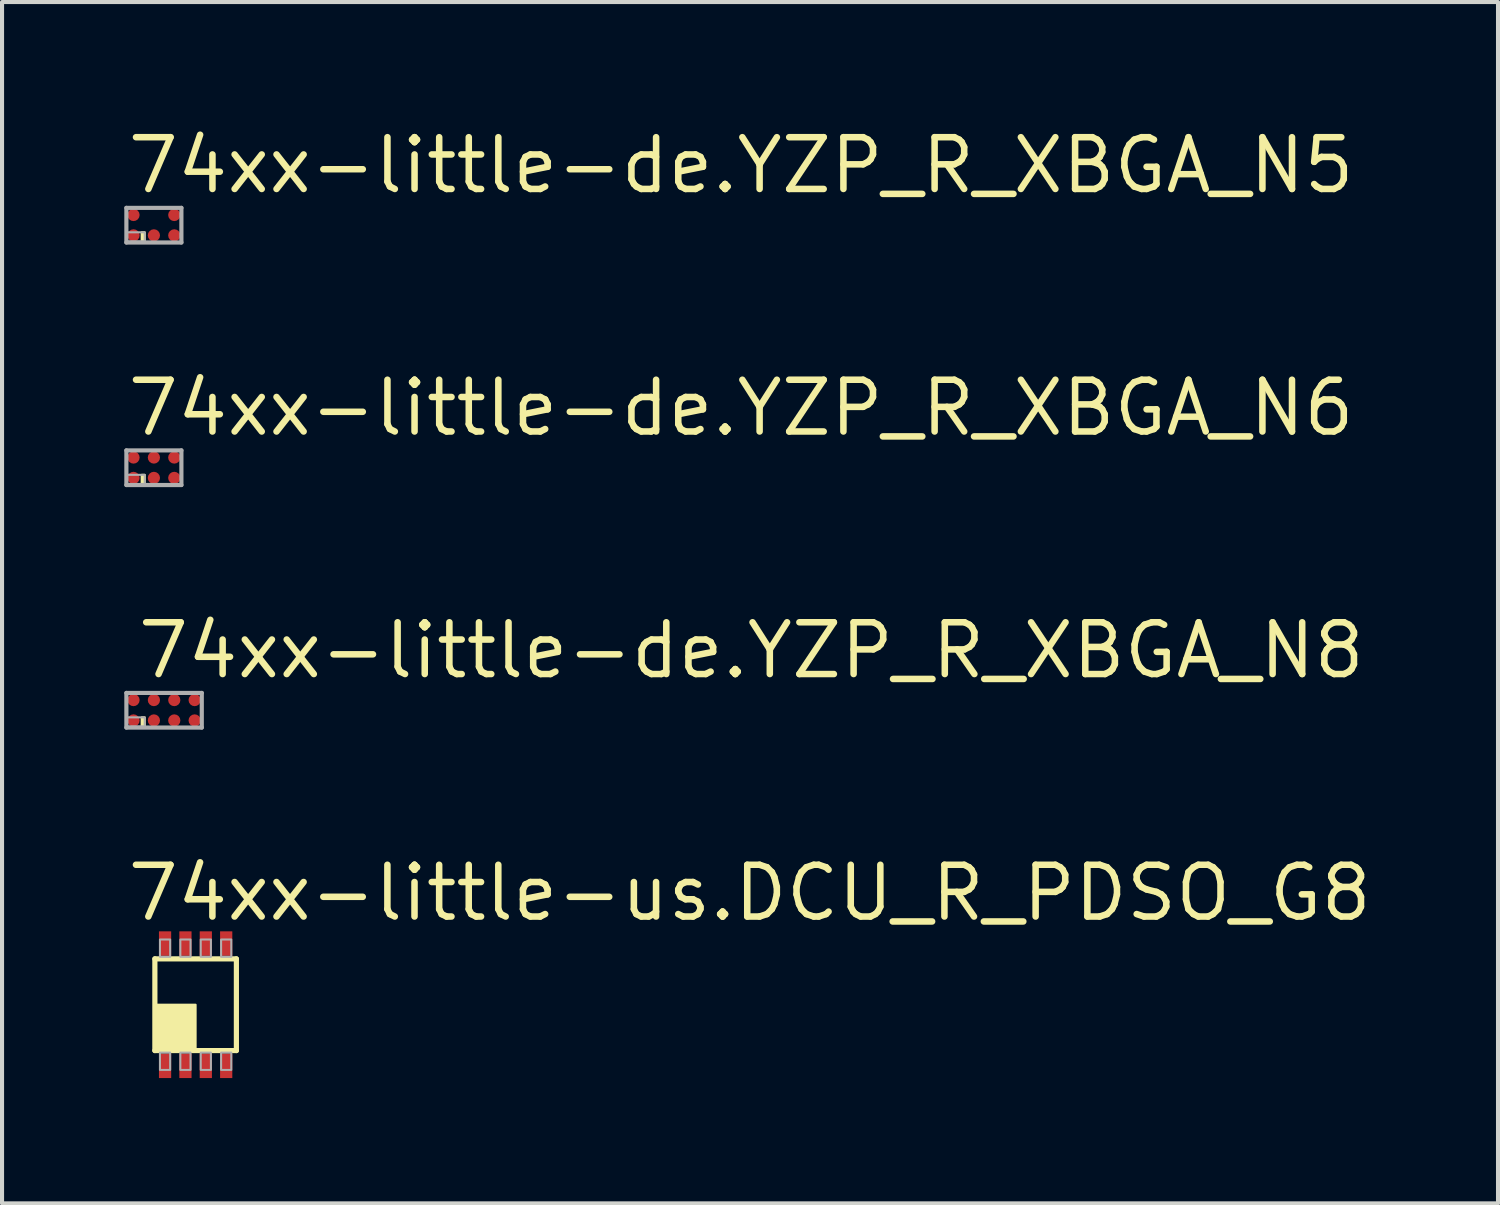
<source format=kicad_pcb>
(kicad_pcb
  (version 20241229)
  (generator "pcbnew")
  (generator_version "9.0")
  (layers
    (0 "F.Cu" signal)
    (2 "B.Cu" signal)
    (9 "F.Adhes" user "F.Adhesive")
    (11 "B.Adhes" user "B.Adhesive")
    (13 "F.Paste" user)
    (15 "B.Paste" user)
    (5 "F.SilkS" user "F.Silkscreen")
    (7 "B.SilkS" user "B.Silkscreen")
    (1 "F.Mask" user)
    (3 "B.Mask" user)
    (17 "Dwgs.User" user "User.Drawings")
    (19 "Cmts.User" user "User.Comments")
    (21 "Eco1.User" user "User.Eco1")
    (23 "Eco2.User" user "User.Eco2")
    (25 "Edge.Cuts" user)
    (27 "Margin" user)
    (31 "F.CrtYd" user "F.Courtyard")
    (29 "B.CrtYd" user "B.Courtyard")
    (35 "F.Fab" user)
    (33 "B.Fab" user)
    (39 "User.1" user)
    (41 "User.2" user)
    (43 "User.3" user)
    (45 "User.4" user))
  (footprint "74xx-little-de.YZP_R_XBGA_N6"
    (layer "F.Cu")
    (at 0.726 8.426)
    (property "Reference" "74xx-little-de.YZP_R_XBGA_N6" (at -0.725 -0.725 0) (layer "F.SilkS") (effects (font (size 1.27 1.27) (thickness 0.16)) (justify left bottom)))
    (attr smd)
    (fp_circle (center -0.5 -0.25) (end -0.325 -0.25) (stroke (width 0.1) (type default)) (fill no) (layer "F.Mask"))
    (fp_circle (center -0.5 0.25) (end -0.325 0.25) (stroke (width 0.1) (type default)) (fill no) (layer "F.Mask"))
    (fp_circle (center 0 -0.25) (end 0.175 -0.25) (stroke (width 0.1) (type default)) (fill no) (layer "F.Mask"))
    (fp_circle (center 0 0.25) (end 0.175 0.25) (stroke (width 0.1) (type default)) (fill no) (layer "F.Mask"))
    (fp_circle (center 0.5 -0.25) (end 0.675 -0.25) (stroke (width 0.1) (type default)) (fill no) (layer "F.Mask"))
    (fp_circle (center 0.5 0.25) (end 0.675 0.25) (stroke (width 0.1) (type default)) (fill no) (layer "F.Mask"))
    (fp_rect (start -0.3 0.375) (end -0.225 0.175) (stroke (width 0.05) (type default)) (fill yes) (layer "F.SilkS"))
    (fp_line (start -0.675 -0.425) (end 0.675 -0.425) (stroke (width 0.102) (type default)) (layer "F.Fab"))
    (fp_line (start -0.675 0.425) (end -0.675 -0.425) (stroke (width 0.102) (type default)) (layer "F.Fab"))
    (fp_line (start 0.675 -0.425) (end 0.675 0.425) (stroke (width 0.102) (type default)) (layer "F.Fab"))
    (fp_line (start 0.675 0.425) (end -0.675 0.425) (stroke (width 0.102) (type default)) (layer "F.Fab"))
    (fp_rect (start -0.675 0.4) (end -0.225 0.175) (stroke (width 0.05) (type default)) (fill no) (layer "F.Fab"))
    (pad "A1" smd roundrect (at -0.5 0.25) (size 0.3 0.3) (layers "F.Cu" "F.Mask" "F.Paste") (roundrect_rratio 0.5))
    (pad "A2" smd roundrect (at -0.5 -0.25) (size 0.3 0.3) (layers "F.Cu" "F.Mask" "F.Paste") (roundrect_rratio 0.5))
    (pad "B1" smd roundrect (at 0 0.25) (size 0.3 0.3) (layers "F.Cu" "F.Mask" "F.Paste") (roundrect_rratio 0.5))
    (pad "B2" smd roundrect (at 0 -0.25) (size 0.3 0.3) (layers "F.Cu" "F.Mask" "F.Paste") (roundrect_rratio 0.5))
    (pad "C1" smd roundrect (at 0.5 0.25) (size 0.3 0.3) (layers "F.Cu" "F.Mask" "F.Paste") (roundrect_rratio 0.5))
    (pad "C2" smd roundrect (at 0.5 -0.25) (size 0.3 0.3) (layers "F.Cu" "F.Mask" "F.Paste") (roundrect_rratio 0.5)))
  (footprint "74xx-little-us.DCU_R_PDSO_G8"
    (layer "F.Cu")
    (at 1.75 21.602)
    (property "Reference" "74xx-little-us.DCU_R_PDSO_G8" (at -1.75 -2 0) (layer "F.SilkS") (effects (font (size 1.27 1.27) (thickness 0.16)) (justify left bottom)))
    (attr smd)
    (fp_rect (start -0.95 -1.15) (end -0.55 -1.85) (stroke (width 0.05) (type default)) (fill yes) (layer "F.Mask"))
    (fp_rect (start -0.95 1.85) (end -0.55 1.15) (stroke (width 0.05) (type default)) (fill yes) (layer "F.Mask"))
    (fp_rect (start -0.45 -1.15) (end -0.05 -1.85) (stroke (width 0.05) (type default)) (fill yes) (layer "F.Mask"))
    (fp_rect (start -0.45 1.85) (end -0.05 1.15) (stroke (width 0.05) (type default)) (fill yes) (layer "F.Mask"))
    (fp_rect (start 0.05 -1.15) (end 0.45 -1.85) (stroke (width 0.05) (type default)) (fill yes) (layer "F.Mask"))
    (fp_rect (start 0.05 1.85) (end 0.45 1.15) (stroke (width 0.05) (type default)) (fill yes) (layer "F.Mask"))
    (fp_rect (start 0.55 -1.15) (end 0.95 -1.85) (stroke (width 0.05) (type default)) (fill yes) (layer "F.Mask"))
    (fp_rect (start 0.55 1.85) (end 0.95 1.15) (stroke (width 0.05) (type default)) (fill yes) (layer "F.Mask"))
    (fp_line (start -1 -1.125) (end -1 1.125) (stroke (width 0.127) (type default)) (layer "F.SilkS"))
    (fp_line (start -1 1.125) (end 1 1.125) (stroke (width 0.127) (type default)) (layer "F.SilkS"))
    (fp_line (start 1 -1.125) (end -1 -1.125) (stroke (width 0.127) (type default)) (layer "F.SilkS"))
    (fp_line (start 1 1.125) (end 1 -1.125) (stroke (width 0.127) (type default)) (layer "F.SilkS"))
    (fp_rect (start -0.95 1.075) (end 0 0) (stroke (width 0.05) (type default)) (fill yes) (layer "F.SilkS"))
    (fp_rect (start -0.875 -1.175) (end -0.625 -1.6) (stroke (width 0.05) (type default)) (fill no) (layer "F.Fab"))
    (fp_rect (start -0.875 1.6) (end -0.625 1.175) (stroke (width 0.05) (type default)) (fill no) (layer "F.Fab"))
    (fp_rect (start -0.375 -1.175) (end -0.125 -1.6) (stroke (width 0.05) (type default)) (fill no) (layer "F.Fab"))
    (fp_rect (start -0.375 1.6) (end -0.125 1.175) (stroke (width 0.05) (type default)) (fill no) (layer "F.Fab"))
    (fp_rect (start 0.125 -1.175) (end 0.375 -1.6) (stroke (width 0.05) (type default)) (fill no) (layer "F.Fab"))
    (fp_rect (start 0.125 1.6) (end 0.375 1.175) (stroke (width 0.05) (type default)) (fill no) (layer "F.Fab"))
    (fp_rect (start 0.625 -1.175) (end 0.875 -1.6) (stroke (width 0.05) (type default)) (fill no) (layer "F.Fab"))
    (fp_rect (start 0.625 1.6) (end 0.875 1.175) (stroke (width 0.05) (type default)) (fill no) (layer "F.Fab"))
    (pad "1" smd roundrect (at -0.75 1.5) (size 0.3 0.6) (layers "F.Cu" "F.Mask" "F.Paste") (roundrect_rratio 0.01))
    (pad "2" smd roundrect (at -0.25 1.5) (size 0.3 0.6) (layers "F.Cu" "F.Mask" "F.Paste") (roundrect_rratio 0.01))
    (pad "3" smd roundrect (at 0.25 1.5) (size 0.3 0.6) (layers "F.Cu" "F.Mask" "F.Paste") (roundrect_rratio 0.01))
    (pad "4" smd roundrect (at 0.75 1.5) (size 0.3 0.6) (layers "F.Cu" "F.Mask" "F.Paste") (roundrect_rratio 0.01))
    (pad "5" smd roundrect (at 0.75 -1.5) (size 0.3 0.6) (layers "F.Cu" "F.Mask" "F.Paste") (roundrect_rratio 0.01))
    (pad "6" smd roundrect (at 0.25 -1.5) (size 0.3 0.6) (layers "F.Cu" "F.Mask" "F.Paste") (roundrect_rratio 0.01))
    (pad "7" smd roundrect (at -0.25 -1.5) (size 0.3 0.6) (layers "F.Cu" "F.Mask" "F.Paste") (roundrect_rratio 0.01))
    (pad "8" smd roundrect (at -0.75 -1.5) (size 0.3 0.6) (layers "F.Cu" "F.Mask" "F.Paste") (roundrect_rratio 0.01)))
  (footprint "74xx-little-de.YZP_R_XBGA_N5"
    (layer "F.Cu")
    (at 0.726 2.475)
    (property "Reference" "74xx-little-de.YZP_R_XBGA_N5" (at -0.725 -0.725 0) (layer "F.SilkS") (effects (font (size 1.27 1.27) (thickness 0.16)) (justify left bottom)))
    (attr smd)
    (fp_circle (center -0.5 -0.25) (end -0.325 -0.25) (stroke (width 0.1) (type default)) (fill no) (layer "F.Mask"))
    (fp_circle (center -0.5 0.25) (end -0.325 0.25) (stroke (width 0.1) (type default)) (fill no) (layer "F.Mask"))
    (fp_circle (center 0 0.25) (end 0.175 0.25) (stroke (width 0.1) (type default)) (fill no) (layer "F.Mask"))
    (fp_circle (center 0.5 -0.25) (end 0.675 -0.25) (stroke (width 0.1) (type default)) (fill no) (layer "F.Mask"))
    (fp_circle (center 0.5 0.25) (end 0.675 0.25) (stroke (width 0.1) (type default)) (fill no) (layer "F.Mask"))
    (fp_rect (start -0.3 0.375) (end -0.225 0.175) (stroke (width 0.05) (type default)) (fill yes) (layer "F.SilkS"))
    (fp_line (start -0.675 -0.425) (end 0.675 -0.425) (stroke (width 0.102) (type default)) (layer "F.Fab"))
    (fp_line (start -0.675 0.425) (end -0.675 -0.425) (stroke (width 0.102) (type default)) (layer "F.Fab"))
    (fp_line (start 0.675 -0.425) (end 0.675 0.425) (stroke (width 0.102) (type default)) (layer "F.Fab"))
    (fp_line (start 0.675 0.425) (end -0.675 0.425) (stroke (width 0.102) (type default)) (layer "F.Fab"))
    (fp_rect (start -0.675 0.4) (end -0.225 0.175) (stroke (width 0.05) (type default)) (fill no) (layer "F.Fab"))
    (pad "A1" smd roundrect (at -0.5 0.25) (size 0.3 0.3) (layers "F.Cu" "F.Mask" "F.Paste") (roundrect_rratio 0.5))
    (pad "A2" smd roundrect (at -0.5 -0.25) (size 0.3 0.3) (layers "F.Cu" "F.Mask" "F.Paste") (roundrect_rratio 0.5))
    (pad "B1" smd roundrect (at 0 0.25) (size 0.3 0.3) (layers "F.Cu" "F.Mask" "F.Paste") (roundrect_rratio 0.5))
    (pad "C1" smd roundrect (at 0.5 0.25) (size 0.3 0.3) (layers "F.Cu" "F.Mask" "F.Paste") (roundrect_rratio 0.5))
    (pad "C2" smd roundrect (at 0.5 -0.25) (size 0.3 0.3) (layers "F.Cu" "F.Mask" "F.Paste") (roundrect_rratio 0.5)))
  (footprint "74xx-little-de.YZP_R_XBGA_N8"
    (layer "F.Cu")
    (at 0.976 14.377)
    (property "Reference" "74xx-little-de.YZP_R_XBGA_N8" (at -0.725 -0.725 0) (layer "F.SilkS") (effects (font (size 1.27 1.27) (thickness 0.16)) (justify left bottom)))
    (attr smd)
    (fp_circle (center -0.75 -0.25) (end -0.575 -0.25) (stroke (width 0.1) (type default)) (fill no) (layer "F.Mask"))
    (fp_circle (center -0.75 0.25) (end -0.575 0.25) (stroke (width 0.1) (type default)) (fill no) (layer "F.Mask"))
    (fp_circle (center -0.25 -0.25) (end -0.075 -0.25) (stroke (width 0.1) (type default)) (fill no) (layer "F.Mask"))
    (fp_circle (center -0.25 0.25) (end -0.075 0.25) (stroke (width 0.1) (type default)) (fill no) (layer "F.Mask"))
    (fp_circle (center 0.25 -0.25) (end 0.425 -0.25) (stroke (width 0.1) (type default)) (fill no) (layer "F.Mask"))
    (fp_circle (center 0.25 0.25) (end 0.425 0.25) (stroke (width 0.1) (type default)) (fill no) (layer "F.Mask"))
    (fp_circle (center 0.75 -0.25) (end 0.925 -0.25) (stroke (width 0.1) (type default)) (fill no) (layer "F.Mask"))
    (fp_circle (center 0.75 0.25) (end 0.925 0.25) (stroke (width 0.1) (type default)) (fill no) (layer "F.Mask"))
    (fp_rect (start -0.55 0.375) (end -0.475 0.175) (stroke (width 0.05) (type default)) (fill yes) (layer "F.SilkS"))
    (fp_line (start -0.925 -0.425) (end 0.925 -0.425) (stroke (width 0.102) (type default)) (layer "F.Fab"))
    (fp_line (start -0.925 0.425) (end -0.925 -0.425) (stroke (width 0.102) (type default)) (layer "F.Fab"))
    (fp_line (start 0.925 -0.425) (end 0.925 0.425) (stroke (width 0.102) (type default)) (layer "F.Fab"))
    (fp_line (start 0.925 0.425) (end -0.925 0.425) (stroke (width 0.102) (type default)) (layer "F.Fab"))
    (fp_rect (start -0.925 0.4) (end -0.475 0.175) (stroke (width 0.05) (type default)) (fill no) (layer "F.Fab"))
    (pad "A1" smd roundrect (at -0.75 0.25) (size 0.3 0.3) (layers "F.Cu" "F.Mask" "F.Paste") (roundrect_rratio 0.5))
    (pad "A2" smd roundrect (at -0.75 -0.25) (size 0.3 0.3) (layers "F.Cu" "F.Mask" "F.Paste") (roundrect_rratio 0.5))
    (pad "B1" smd roundrect (at -0.25 0.25) (size 0.3 0.3) (layers "F.Cu" "F.Mask" "F.Paste") (roundrect_rratio 0.5))
    (pad "B2" smd roundrect (at -0.25 -0.25) (size 0.3 0.3) (layers "F.Cu" "F.Mask" "F.Paste") (roundrect_rratio 0.5))
    (pad "C1" smd roundrect (at 0.25 0.25) (size 0.3 0.3) (layers "F.Cu" "F.Mask" "F.Paste") (roundrect_rratio 0.5))
    (pad "C2" smd roundrect (at 0.25 -0.25) (size 0.3 0.3) (layers "F.Cu" "F.Mask" "F.Paste") (roundrect_rratio 0.5))
    (pad "D1" smd roundrect (at 0.75 0.25) (size 0.3 0.3) (layers "F.Cu" "F.Mask" "F.Paste") (roundrect_rratio 0.5))
    (pad "D2" smd roundrect (at 0.75 -0.25) (size 0.3 0.3) (layers "F.Cu" "F.Mask" "F.Paste") (roundrect_rratio 0.5)))
  (gr_rect
    (start -3 -3)
    (end 33.706 26.477)
    (stroke (width 0.1) (type default))
    (fill no)
    (layer "Edge.Cuts")))
</source>
